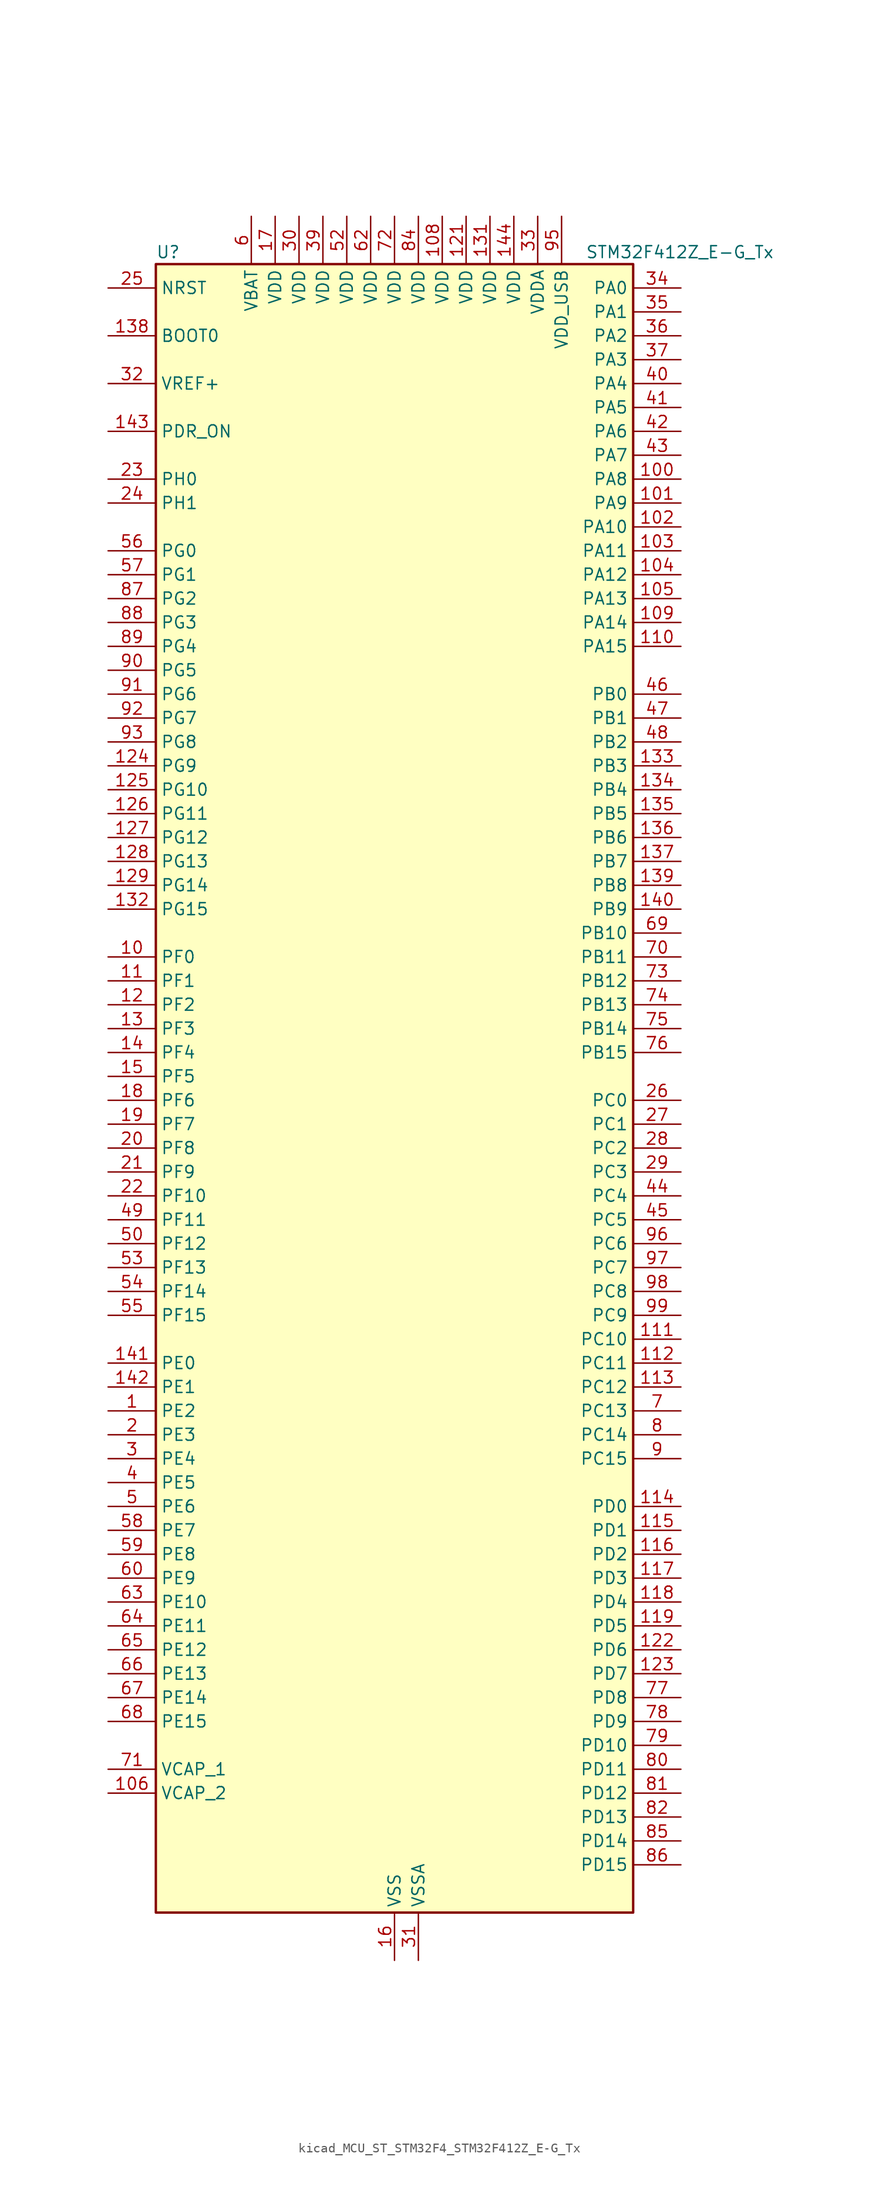
<source format=kicad_sym>
(kicad_symbol_lib
  (version 20220914)
  (generator kicad_symbol_editor)
  (symbol "kicad_MCU_ST_STM32F4_STM32F412Z_E-G_Tx"
    (property "Reference" "U"
      (at -25.4 90.17 0)
      (effects (font (size 1.27 1.27)) (justify left)))
    (property "Value" "STM32F412Z_E-G_Tx"
      (at 20.32 90.17 0)
      (effects (font (size 1.27 1.27)) (justify left)))
    (property "ki_locked" ""
      (at 0 0 0)
      (effects (font (size 1.27 1.27))))
    (symbol "kicad_MCU_ST_STM32F4_STM32F412Z_E-G_Tx_0_1"
      (rectangle (start -25.4 -86.36) (end 25.4 88.9) (stroke (width 0.254) (type default)) (fill (type background))))
    (symbol "kicad_MCU_ST_STM32F4_STM32F412Z_E-G_Tx_1_1"
      (pin bidirectional line (at -30.48 -33.02 0) (length 5.08) (name "PE2" (effects (font (size 1.27 1.27)))) (number "1" (effects (font (size 1.27 1.27)))) (alternate "FSMC_A23" bidirectional line) (alternate "I2S4_CK" bidirectional line) (alternate "I2S5_CK" bidirectional line) (alternate "QUADSPI_BK1_IO2" bidirectional line) (alternate "SPI4_SCK" bidirectional line) (alternate "SPI5_SCK" bidirectional line) (alternate "SYS_TRACECLK" bidirectional line))
      (pin bidirectional line (at -30.48 15.24 0) (length 5.08) (name "PF0" (effects (font (size 1.27 1.27)))) (number "10" (effects (font (size 1.27 1.27)))) (alternate "FSMC_A0" bidirectional line) (alternate "I2C2_SDA" bidirectional line))
      (pin bidirectional line (at 30.48 66.04 180) (length 5.08) (name "PA8" (effects (font (size 1.27 1.27)))) (number "100" (effects (font (size 1.27 1.27)))) (alternate "I2C3_SCL" bidirectional line) (alternate "RCC_MCO_1" bidirectional line) (alternate "SDIO_D1" bidirectional line) (alternate "TIM1_CH1" bidirectional line) (alternate "USART1_CK" bidirectional line) (alternate "USB_OTG_FS_SOF" bidirectional line))
      (pin bidirectional line (at 30.48 63.5 180) (length 5.08) (name "PA9" (effects (font (size 1.27 1.27)))) (number "101" (effects (font (size 1.27 1.27)))) (alternate "I2C3_SMBA" bidirectional line) (alternate "SDIO_D2" bidirectional line) (alternate "TIM1_CH2" bidirectional line) (alternate "USART1_TX" bidirectional line) (alternate "USB_OTG_FS_VBUS" bidirectional line))
      (pin bidirectional line (at 30.48 60.96 180) (length 5.08) (name "PA10" (effects (font (size 1.27 1.27)))) (number "102" (effects (font (size 1.27 1.27)))) (alternate "I2S5_SD" bidirectional line) (alternate "SPI5_MOSI" bidirectional line) (alternate "TIM1_CH3" bidirectional line) (alternate "USART1_RX" bidirectional line) (alternate "USB_OTG_FS_ID" bidirectional line))
      (pin bidirectional line (at 30.48 58.42 180) (length 5.08) (name "PA11" (effects (font (size 1.27 1.27)))) (number "103" (effects (font (size 1.27 1.27)))) (alternate "ADC1_EXTI11" bidirectional line) (alternate "CAN1_RX" bidirectional line) (alternate "SPI4_MISO" bidirectional line) (alternate "TIM1_CH4" bidirectional line) (alternate "USART1_CTS" bidirectional line) (alternate "USART6_TX" bidirectional line) (alternate "USB_OTG_FS_DM" bidirectional line))
      (pin bidirectional line (at 30.48 55.88 180) (length 5.08) (name "PA12" (effects (font (size 1.27 1.27)))) (number "104" (effects (font (size 1.27 1.27)))) (alternate "CAN1_TX" bidirectional line) (alternate "SPI5_MISO" bidirectional line) (alternate "TIM1_ETR" bidirectional line) (alternate "USART1_RTS" bidirectional line) (alternate "USART6_RX" bidirectional line) (alternate "USB_OTG_FS_DP" bidirectional line))
      (pin bidirectional line (at 30.48 53.34 180) (length 5.08) (name "PA13" (effects (font (size 1.27 1.27)))) (number "105" (effects (font (size 1.27 1.27)))) (alternate "SYS_JTMS-SWDIO" bidirectional line))
      (pin power_out line (at -30.48 -73.66 0) (length 5.08) (name "VCAP_2" (effects (font (size 1.27 1.27)))) (number "106" (effects (font (size 1.27 1.27)))))
      (pin passive line (at 0 -91.44 90) (length 5.08) hide (name "VSS" (effects (font (size 1.27 1.27)))) (number "107" (effects (font (size 1.27 1.27)))))
      (pin power_in line (at 5.08 93.98 270) (length 5.08) (name "VDD" (effects (font (size 1.27 1.27)))) (number "108" (effects (font (size 1.27 1.27)))))
      (pin bidirectional line (at 30.48 50.8 180) (length 5.08) (name "PA14" (effects (font (size 1.27 1.27)))) (number "109" (effects (font (size 1.27 1.27)))) (alternate "SYS_JTCK-SWCLK" bidirectional line))
      (pin bidirectional line (at -30.48 12.7 0) (length 5.08) (name "PF1" (effects (font (size 1.27 1.27)))) (number "11" (effects (font (size 1.27 1.27)))) (alternate "FSMC_A1" bidirectional line) (alternate "I2C2_SCL" bidirectional line))
      (pin bidirectional line (at 30.48 48.26 180) (length 5.08) (name "PA15" (effects (font (size 1.27 1.27)))) (number "110" (effects (font (size 1.27 1.27)))) (alternate "ADC1_EXTI15" bidirectional line) (alternate "I2S1_WS" bidirectional line) (alternate "I2S3_WS" bidirectional line) (alternate "SPI1_NSS" bidirectional line) (alternate "SPI3_NSS" bidirectional line) (alternate "SYS_JTDI" bidirectional line) (alternate "TIM2_CH1" bidirectional line) (alternate "TIM2_ETR" bidirectional line) (alternate "USART1_TX" bidirectional line))
      (pin bidirectional line (at 30.48 -25.4 180) (length 5.08) (name "PC10" (effects (font (size 1.27 1.27)))) (number "111" (effects (font (size 1.27 1.27)))) (alternate "I2S3_CK" bidirectional line) (alternate "QUADSPI_BK1_IO1" bidirectional line) (alternate "SDIO_D2" bidirectional line) (alternate "SPI3_SCK" bidirectional line) (alternate "USART3_TX" bidirectional line))
      (pin bidirectional line (at 30.48 -27.94 180) (length 5.08) (name "PC11" (effects (font (size 1.27 1.27)))) (number "112" (effects (font (size 1.27 1.27)))) (alternate "ADC1_EXTI11" bidirectional line) (alternate "FSMC_D2" bidirectional line) (alternate "FSMC_DA2" bidirectional line) (alternate "I2S3_ext_SD" bidirectional line) (alternate "QUADSPI_BK2_NCS" bidirectional line) (alternate "SDIO_D3" bidirectional line) (alternate "SPI3_MISO" bidirectional line) (alternate "USART3_RX" bidirectional line))
      (pin bidirectional line (at 30.48 -30.48 180) (length 5.08) (name "PC12" (effects (font (size 1.27 1.27)))) (number "113" (effects (font (size 1.27 1.27)))) (alternate "FSMC_D3" bidirectional line) (alternate "FSMC_DA3" bidirectional line) (alternate "I2S3_SD" bidirectional line) (alternate "SDIO_CK" bidirectional line) (alternate "SPI3_MOSI" bidirectional line) (alternate "USART3_CK" bidirectional line))
      (pin bidirectional line (at 30.48 -43.18 180) (length 5.08) (name "PD0" (effects (font (size 1.27 1.27)))) (number "114" (effects (font (size 1.27 1.27)))) (alternate "CAN1_RX" bidirectional line) (alternate "FSMC_D2" bidirectional line) (alternate "FSMC_DA2" bidirectional line))
      (pin bidirectional line (at 30.48 -45.72 180) (length 5.08) (name "PD1" (effects (font (size 1.27 1.27)))) (number "115" (effects (font (size 1.27 1.27)))) (alternate "CAN1_TX" bidirectional line) (alternate "FSMC_D3" bidirectional line) (alternate "FSMC_DA3" bidirectional line))
      (pin bidirectional line (at 30.48 -48.26 180) (length 5.08) (name "PD2" (effects (font (size 1.27 1.27)))) (number "116" (effects (font (size 1.27 1.27)))) (alternate "FSMC_NWE" bidirectional line) (alternate "SDIO_CMD" bidirectional line) (alternate "TIM3_ETR" bidirectional line))
      (pin bidirectional line (at 30.48 -50.8 180) (length 5.08) (name "PD3" (effects (font (size 1.27 1.27)))) (number "117" (effects (font (size 1.27 1.27)))) (alternate "DFSDM1_DATIN0" bidirectional line) (alternate "FSMC_CLK" bidirectional line) (alternate "I2S2_CK" bidirectional line) (alternate "QUADSPI_CLK" bidirectional line) (alternate "SPI2_SCK" bidirectional line) (alternate "SYS_TRACED1" bidirectional line) (alternate "USART2_CTS" bidirectional line))
      (pin bidirectional line (at 30.48 -53.34 180) (length 5.08) (name "PD4" (effects (font (size 1.27 1.27)))) (number "118" (effects (font (size 1.27 1.27)))) (alternate "DFSDM1_CKIN0" bidirectional line) (alternate "FSMC_NOE" bidirectional line) (alternate "USART2_RTS" bidirectional line))
      (pin bidirectional line (at 30.48 -55.88 180) (length 5.08) (name "PD5" (effects (font (size 1.27 1.27)))) (number "119" (effects (font (size 1.27 1.27)))) (alternate "FSMC_NWE" bidirectional line) (alternate "USART2_TX" bidirectional line))
      (pin bidirectional line (at -30.48 10.16 0) (length 5.08) (name "PF2" (effects (font (size 1.27 1.27)))) (number "12" (effects (font (size 1.27 1.27)))) (alternate "FSMC_A2" bidirectional line) (alternate "I2C2_SMBA" bidirectional line))
      (pin passive line (at 0 -91.44 90) (length 5.08) hide (name "VSS" (effects (font (size 1.27 1.27)))) (number "120" (effects (font (size 1.27 1.27)))))
      (pin power_in line (at 7.62 93.98 270) (length 5.08) (name "VDD" (effects (font (size 1.27 1.27)))) (number "121" (effects (font (size 1.27 1.27)))))
      (pin bidirectional line (at 30.48 -58.42 180) (length 5.08) (name "PD6" (effects (font (size 1.27 1.27)))) (number "122" (effects (font (size 1.27 1.27)))) (alternate "DFSDM1_DATIN1" bidirectional line) (alternate "FSMC_NWAIT" bidirectional line) (alternate "I2S3_SD" bidirectional line) (alternate "SPI3_MOSI" bidirectional line) (alternate "USART2_RX" bidirectional line))
      (pin bidirectional line (at 30.48 -60.96 180) (length 5.08) (name "PD7" (effects (font (size 1.27 1.27)))) (number "123" (effects (font (size 1.27 1.27)))) (alternate "DFSDM1_CKIN1" bidirectional line) (alternate "FSMC_NE1" bidirectional line) (alternate "USART2_CK" bidirectional line))
      (pin bidirectional line (at -30.48 35.56 0) (length 5.08) (name "PG9" (effects (font (size 1.27 1.27)))) (number "124" (effects (font (size 1.27 1.27)))) (alternate "FSMC_NE2" bidirectional line) (alternate "QUADSPI_BK2_IO2" bidirectional line) (alternate "USART6_RX" bidirectional line))
      (pin bidirectional line (at -30.48 33.02 0) (length 5.08) (name "PG10" (effects (font (size 1.27 1.27)))) (number "125" (effects (font (size 1.27 1.27)))) (alternate "FSMC_NE3" bidirectional line))
      (pin bidirectional line (at -30.48 30.48 0) (length 5.08) (name "PG11" (effects (font (size 1.27 1.27)))) (number "126" (effects (font (size 1.27 1.27)))) (alternate "ADC1_EXTI11" bidirectional line) (alternate "CAN2_RX" bidirectional line))
      (pin bidirectional line (at -30.48 27.94 0) (length 5.08) (name "PG12" (effects (font (size 1.27 1.27)))) (number "127" (effects (font (size 1.27 1.27)))) (alternate "CAN2_TX" bidirectional line) (alternate "FSMC_NE4" bidirectional line) (alternate "USART6_RTS" bidirectional line))
      (pin bidirectional line (at -30.48 25.4 0) (length 5.08) (name "PG13" (effects (font (size 1.27 1.27)))) (number "128" (effects (font (size 1.27 1.27)))) (alternate "FSMC_A24" bidirectional line) (alternate "SYS_TRACED2" bidirectional line) (alternate "USART6_CTS" bidirectional line))
      (pin bidirectional line (at -30.48 22.86 0) (length 5.08) (name "PG14" (effects (font (size 1.27 1.27)))) (number "129" (effects (font (size 1.27 1.27)))) (alternate "FSMC_A25" bidirectional line) (alternate "QUADSPI_BK2_IO3" bidirectional line) (alternate "SYS_TRACED3" bidirectional line) (alternate "USART6_TX" bidirectional line))
      (pin bidirectional line (at -30.48 7.62 0) (length 5.08) (name "PF3" (effects (font (size 1.27 1.27)))) (number "13" (effects (font (size 1.27 1.27)))) (alternate "FSMC_A3" bidirectional line) (alternate "TIM5_CH1" bidirectional line))
      (pin passive line (at 0 -91.44 90) (length 5.08) hide (name "VSS" (effects (font (size 1.27 1.27)))) (number "130" (effects (font (size 1.27 1.27)))))
      (pin power_in line (at 10.16 93.98 270) (length 5.08) (name "VDD" (effects (font (size 1.27 1.27)))) (number "131" (effects (font (size 1.27 1.27)))))
      (pin bidirectional line (at -30.48 20.32 0) (length 5.08) (name "PG15" (effects (font (size 1.27 1.27)))) (number "132" (effects (font (size 1.27 1.27)))) (alternate "ADC1_EXTI15" bidirectional line) (alternate "USART6_CTS" bidirectional line))
      (pin bidirectional line (at 30.48 35.56 180) (length 5.08) (name "PB3" (effects (font (size 1.27 1.27)))) (number "133" (effects (font (size 1.27 1.27)))) (alternate "FMPI2C1_SDA" bidirectional line) (alternate "I2C2_SDA" bidirectional line) (alternate "I2S1_CK" bidirectional line) (alternate "I2S3_CK" bidirectional line) (alternate "SPI1_SCK" bidirectional line) (alternate "SPI3_SCK" bidirectional line) (alternate "SYS_JTDO-SWO" bidirectional line) (alternate "TIM2_CH2" bidirectional line) (alternate "USART1_RX" bidirectional line))
      (pin bidirectional line (at 30.48 33.02 180) (length 5.08) (name "PB4" (effects (font (size 1.27 1.27)))) (number "134" (effects (font (size 1.27 1.27)))) (alternate "I2C3_SDA" bidirectional line) (alternate "I2S3_ext_SD" bidirectional line) (alternate "SDIO_D0" bidirectional line) (alternate "SPI1_MISO" bidirectional line) (alternate "SPI3_MISO" bidirectional line) (alternate "SYS_JTRST" bidirectional line) (alternate "TIM3_CH1" bidirectional line))
      (pin bidirectional line (at 30.48 30.48 180) (length 5.08) (name "PB5" (effects (font (size 1.27 1.27)))) (number "135" (effects (font (size 1.27 1.27)))) (alternate "CAN2_RX" bidirectional line) (alternate "I2C1_SMBA" bidirectional line) (alternate "I2S1_SD" bidirectional line) (alternate "I2S3_SD" bidirectional line) (alternate "SDIO_D3" bidirectional line) (alternate "SPI1_MOSI" bidirectional line) (alternate "SPI3_MOSI" bidirectional line) (alternate "TIM3_CH2" bidirectional line))
      (pin bidirectional line (at 30.48 27.94 180) (length 5.08) (name "PB6" (effects (font (size 1.27 1.27)))) (number "136" (effects (font (size 1.27 1.27)))) (alternate "CAN2_TX" bidirectional line) (alternate "I2C1_SCL" bidirectional line) (alternate "QUADSPI_BK1_NCS" bidirectional line) (alternate "SDIO_D0" bidirectional line) (alternate "TIM4_CH1" bidirectional line) (alternate "USART1_TX" bidirectional line))
      (pin bidirectional line (at 30.48 25.4 180) (length 5.08) (name "PB7" (effects (font (size 1.27 1.27)))) (number "137" (effects (font (size 1.27 1.27)))) (alternate "FSMC_NL" bidirectional line) (alternate "I2C1_SDA" bidirectional line) (alternate "TIM4_CH2" bidirectional line) (alternate "USART1_RX" bidirectional line))
      (pin input line (at -30.48 81.28 0) (length 5.08) (name "BOOT0" (effects (font (size 1.27 1.27)))) (number "138" (effects (font (size 1.27 1.27)))))
      (pin bidirectional line (at 30.48 22.86 180) (length 5.08) (name "PB8" (effects (font (size 1.27 1.27)))) (number "139" (effects (font (size 1.27 1.27)))) (alternate "CAN1_RX" bidirectional line) (alternate "I2C1_SCL" bidirectional line) (alternate "I2C3_SDA" bidirectional line) (alternate "I2S5_SD" bidirectional line) (alternate "SDIO_D4" bidirectional line) (alternate "SPI5_MOSI" bidirectional line) (alternate "TIM10_CH1" bidirectional line) (alternate "TIM4_CH3" bidirectional line))
      (pin bidirectional line (at -30.48 5.08 0) (length 5.08) (name "PF4" (effects (font (size 1.27 1.27)))) (number "14" (effects (font (size 1.27 1.27)))) (alternate "FSMC_A4" bidirectional line) (alternate "TIM5_CH2" bidirectional line))
      (pin bidirectional line (at 30.48 20.32 180) (length 5.08) (name "PB9" (effects (font (size 1.27 1.27)))) (number "140" (effects (font (size 1.27 1.27)))) (alternate "CAN1_TX" bidirectional line) (alternate "I2C1_SDA" bidirectional line) (alternate "I2C2_SDA" bidirectional line) (alternate "I2S2_WS" bidirectional line) (alternate "SDIO_D5" bidirectional line) (alternate "SPI2_NSS" bidirectional line) (alternate "TIM11_CH1" bidirectional line) (alternate "TIM4_CH4" bidirectional line))
      (pin bidirectional line (at -30.48 -27.94 0) (length 5.08) (name "PE0" (effects (font (size 1.27 1.27)))) (number "141" (effects (font (size 1.27 1.27)))) (alternate "FSMC_NBL0" bidirectional line) (alternate "TIM4_ETR" bidirectional line))
      (pin bidirectional line (at -30.48 -30.48 0) (length 5.08) (name "PE1" (effects (font (size 1.27 1.27)))) (number "142" (effects (font (size 1.27 1.27)))) (alternate "FSMC_NBL1" bidirectional line))
      (pin input line (at -30.48 71.12 0) (length 5.08) (name "PDR_ON" (effects (font (size 1.27 1.27)))) (number "143" (effects (font (size 1.27 1.27)))))
      (pin power_in line (at 12.7 93.98 270) (length 5.08) (name "VDD" (effects (font (size 1.27 1.27)))) (number "144" (effects (font (size 1.27 1.27)))))
      (pin bidirectional line (at -30.48 2.54 0) (length 5.08) (name "PF5" (effects (font (size 1.27 1.27)))) (number "15" (effects (font (size 1.27 1.27)))) (alternate "FSMC_A5" bidirectional line) (alternate "TIM5_CH3" bidirectional line))
      (pin power_in line (at 0 -91.44 90) (length 5.08) (name "VSS" (effects (font (size 1.27 1.27)))) (number "16" (effects (font (size 1.27 1.27)))))
      (pin power_in line (at -12.7 93.98 270) (length 5.08) (name "VDD" (effects (font (size 1.27 1.27)))) (number "17" (effects (font (size 1.27 1.27)))))
      (pin bidirectional line (at -30.48 0 0) (length 5.08) (name "PF6" (effects (font (size 1.27 1.27)))) (number "18" (effects (font (size 1.27 1.27)))) (alternate "QUADSPI_BK1_IO3" bidirectional line) (alternate "SYS_TRACED0" bidirectional line) (alternate "TIM10_CH1" bidirectional line))
      (pin bidirectional line (at -30.48 -2.54 0) (length 5.08) (name "PF7" (effects (font (size 1.27 1.27)))) (number "19" (effects (font (size 1.27 1.27)))) (alternate "QUADSPI_BK1_IO2" bidirectional line) (alternate "SYS_TRACED1" bidirectional line) (alternate "TIM11_CH1" bidirectional line))
      (pin bidirectional line (at -30.48 -35.56 0) (length 5.08) (name "PE3" (effects (font (size 1.27 1.27)))) (number "2" (effects (font (size 1.27 1.27)))) (alternate "FSMC_A19" bidirectional line) (alternate "SYS_TRACED0" bidirectional line))
      (pin bidirectional line (at -30.48 -5.08 0) (length 5.08) (name "PF8" (effects (font (size 1.27 1.27)))) (number "20" (effects (font (size 1.27 1.27)))) (alternate "QUADSPI_BK1_IO0" bidirectional line) (alternate "TIM13_CH1" bidirectional line))
      (pin bidirectional line (at -30.48 -7.62 0) (length 5.08) (name "PF9" (effects (font (size 1.27 1.27)))) (number "21" (effects (font (size 1.27 1.27)))) (alternate "QUADSPI_BK1_IO1" bidirectional line) (alternate "TIM14_CH1" bidirectional line))
      (pin bidirectional line (at -30.48 -10.16 0) (length 5.08) (name "PF10" (effects (font (size 1.27 1.27)))) (number "22" (effects (font (size 1.27 1.27)))) (alternate "TIM1_ETR" bidirectional line) (alternate "TIM5_CH4" bidirectional line))
      (pin bidirectional line (at -30.48 66.04 0) (length 5.08) (name "PH0" (effects (font (size 1.27 1.27)))) (number "23" (effects (font (size 1.27 1.27)))) (alternate "RCC_OSC_IN" bidirectional line))
      (pin bidirectional line (at -30.48 63.5 0) (length 5.08) (name "PH1" (effects (font (size 1.27 1.27)))) (number "24" (effects (font (size 1.27 1.27)))) (alternate "RCC_OSC_OUT" bidirectional line))
      (pin input line (at -30.48 86.36 0) (length 5.08) (name "NRST" (effects (font (size 1.27 1.27)))) (number "25" (effects (font (size 1.27 1.27)))))
      (pin bidirectional line (at 30.48 0 180) (length 5.08) (name "PC0" (effects (font (size 1.27 1.27)))) (number "26" (effects (font (size 1.27 1.27)))) (alternate "ADC1_IN10" bidirectional line) (alternate "SYS_WKUP2" bidirectional line))
      (pin bidirectional line (at 30.48 -2.54 180) (length 5.08) (name "PC1" (effects (font (size 1.27 1.27)))) (number "27" (effects (font (size 1.27 1.27)))) (alternate "ADC1_IN11" bidirectional line) (alternate "SYS_WKUP3" bidirectional line))
      (pin bidirectional line (at 30.48 -5.08 180) (length 5.08) (name "PC2" (effects (font (size 1.27 1.27)))) (number "28" (effects (font (size 1.27 1.27)))) (alternate "ADC1_IN12" bidirectional line) (alternate "DFSDM1_CKOUT" bidirectional line) (alternate "FSMC_NWE" bidirectional line) (alternate "I2S2_ext_SD" bidirectional line) (alternate "SPI2_MISO" bidirectional line))
      (pin bidirectional line (at 30.48 -7.62 180) (length 5.08) (name "PC3" (effects (font (size 1.27 1.27)))) (number "29" (effects (font (size 1.27 1.27)))) (alternate "ADC1_IN13" bidirectional line) (alternate "FSMC_A0" bidirectional line) (alternate "I2S2_SD" bidirectional line) (alternate "SPI2_MOSI" bidirectional line))
      (pin bidirectional line (at -30.48 -38.1 0) (length 5.08) (name "PE4" (effects (font (size 1.27 1.27)))) (number "3" (effects (font (size 1.27 1.27)))) (alternate "DFSDM1_DATIN3" bidirectional line) (alternate "FSMC_A20" bidirectional line) (alternate "I2S4_WS" bidirectional line) (alternate "I2S5_WS" bidirectional line) (alternate "SPI4_NSS" bidirectional line) (alternate "SPI5_NSS" bidirectional line) (alternate "SYS_TRACED1" bidirectional line))
      (pin power_in line (at -10.16 93.98 270) (length 5.08) (name "VDD" (effects (font (size 1.27 1.27)))) (number "30" (effects (font (size 1.27 1.27)))))
      (pin power_in line (at 2.54 -91.44 90) (length 5.08) (name "VSSA" (effects (font (size 1.27 1.27)))) (number "31" (effects (font (size 1.27 1.27)))))
      (pin input line (at -30.48 76.2 0) (length 5.08) (name "VREF+" (effects (font (size 1.27 1.27)))) (number "32" (effects (font (size 1.27 1.27)))))
      (pin power_in line (at 15.24 93.98 270) (length 5.08) (name "VDDA" (effects (font (size 1.27 1.27)))) (number "33" (effects (font (size 1.27 1.27)))))
      (pin bidirectional line (at 30.48 86.36 180) (length 5.08) (name "PA0" (effects (font (size 1.27 1.27)))) (number "34" (effects (font (size 1.27 1.27)))) (alternate "ADC1_IN0" bidirectional line) (alternate "SYS_WKUP1" bidirectional line) (alternate "TIM2_CH1" bidirectional line) (alternate "TIM2_ETR" bidirectional line) (alternate "TIM5_CH1" bidirectional line) (alternate "TIM8_ETR" bidirectional line) (alternate "USART2_CTS" bidirectional line))
      (pin bidirectional line (at 30.48 83.82 180) (length 5.08) (name "PA1" (effects (font (size 1.27 1.27)))) (number "35" (effects (font (size 1.27 1.27)))) (alternate "ADC1_IN1" bidirectional line) (alternate "I2S4_SD" bidirectional line) (alternate "QUADSPI_BK1_IO3" bidirectional line) (alternate "SPI4_MOSI" bidirectional line) (alternate "TIM2_CH2" bidirectional line) (alternate "TIM5_CH2" bidirectional line) (alternate "USART2_RTS" bidirectional line))
      (pin bidirectional line (at 30.48 81.28 180) (length 5.08) (name "PA2" (effects (font (size 1.27 1.27)))) (number "36" (effects (font (size 1.27 1.27)))) (alternate "ADC1_IN2" bidirectional line) (alternate "FSMC_D4" bidirectional line) (alternate "FSMC_DA4" bidirectional line) (alternate "I2S_CKIN" bidirectional line) (alternate "TIM2_CH3" bidirectional line) (alternate "TIM5_CH3" bidirectional line) (alternate "TIM9_CH1" bidirectional line) (alternate "USART2_TX" bidirectional line))
      (pin bidirectional line (at 30.48 78.74 180) (length 5.08) (name "PA3" (effects (font (size 1.27 1.27)))) (number "37" (effects (font (size 1.27 1.27)))) (alternate "ADC1_IN3" bidirectional line) (alternate "FSMC_D5" bidirectional line) (alternate "FSMC_DA5" bidirectional line) (alternate "I2S2_MCK" bidirectional line) (alternate "TIM2_CH4" bidirectional line) (alternate "TIM5_CH4" bidirectional line) (alternate "TIM9_CH2" bidirectional line) (alternate "USART2_RX" bidirectional line))
      (pin passive line (at 0 -91.44 90) (length 5.08) hide (name "VSS" (effects (font (size 1.27 1.27)))) (number "38" (effects (font (size 1.27 1.27)))))
      (pin power_in line (at -7.62 93.98 270) (length 5.08) (name "VDD" (effects (font (size 1.27 1.27)))) (number "39" (effects (font (size 1.27 1.27)))))
      (pin bidirectional line (at -30.48 -40.64 0) (length 5.08) (name "PE5" (effects (font (size 1.27 1.27)))) (number "4" (effects (font (size 1.27 1.27)))) (alternate "DFSDM1_CKIN3" bidirectional line) (alternate "FSMC_A21" bidirectional line) (alternate "SPI4_MISO" bidirectional line) (alternate "SPI5_MISO" bidirectional line) (alternate "SYS_TRACED2" bidirectional line) (alternate "TIM9_CH1" bidirectional line))
      (pin bidirectional line (at 30.48 76.2 180) (length 5.08) (name "PA4" (effects (font (size 1.27 1.27)))) (number "40" (effects (font (size 1.27 1.27)))) (alternate "ADC1_IN4" bidirectional line) (alternate "DFSDM1_DATIN1" bidirectional line) (alternate "FSMC_D6" bidirectional line) (alternate "FSMC_DA6" bidirectional line) (alternate "I2S1_WS" bidirectional line) (alternate "I2S3_WS" bidirectional line) (alternate "SPI1_NSS" bidirectional line) (alternate "SPI3_NSS" bidirectional line) (alternate "USART2_CK" bidirectional line))
      (pin bidirectional line (at 30.48 73.66 180) (length 5.08) (name "PA5" (effects (font (size 1.27 1.27)))) (number "41" (effects (font (size 1.27 1.27)))) (alternate "ADC1_IN5" bidirectional line) (alternate "DFSDM1_CKIN1" bidirectional line) (alternate "FSMC_D7" bidirectional line) (alternate "FSMC_DA7" bidirectional line) (alternate "I2S1_CK" bidirectional line) (alternate "SPI1_SCK" bidirectional line) (alternate "TIM2_CH1" bidirectional line) (alternate "TIM2_ETR" bidirectional line) (alternate "TIM8_CH1N" bidirectional line))
      (pin bidirectional line (at 30.48 71.12 180) (length 5.08) (name "PA6" (effects (font (size 1.27 1.27)))) (number "42" (effects (font (size 1.27 1.27)))) (alternate "ADC1_IN6" bidirectional line) (alternate "I2S2_MCK" bidirectional line) (alternate "QUADSPI_BK2_IO0" bidirectional line) (alternate "SDIO_CMD" bidirectional line) (alternate "SPI1_MISO" bidirectional line) (alternate "TIM13_CH1" bidirectional line) (alternate "TIM1_BKIN" bidirectional line) (alternate "TIM3_CH1" bidirectional line) (alternate "TIM8_BKIN" bidirectional line))
      (pin bidirectional line (at 30.48 68.58 180) (length 5.08) (name "PA7" (effects (font (size 1.27 1.27)))) (number "43" (effects (font (size 1.27 1.27)))) (alternate "ADC1_IN7" bidirectional line) (alternate "I2S1_SD" bidirectional line) (alternate "QUADSPI_BK2_IO1" bidirectional line) (alternate "SPI1_MOSI" bidirectional line) (alternate "TIM14_CH1" bidirectional line) (alternate "TIM1_CH1N" bidirectional line) (alternate "TIM3_CH2" bidirectional line) (alternate "TIM8_CH1N" bidirectional line))
      (pin bidirectional line (at 30.48 -10.16 180) (length 5.08) (name "PC4" (effects (font (size 1.27 1.27)))) (number "44" (effects (font (size 1.27 1.27)))) (alternate "ADC1_IN14" bidirectional line) (alternate "FSMC_NE4" bidirectional line) (alternate "I2S1_MCK" bidirectional line) (alternate "QUADSPI_BK2_IO2" bidirectional line))
      (pin bidirectional line (at 30.48 -12.7 180) (length 5.08) (name "PC5" (effects (font (size 1.27 1.27)))) (number "45" (effects (font (size 1.27 1.27)))) (alternate "ADC1_IN15" bidirectional line) (alternate "FMPI2C1_SMBA" bidirectional line) (alternate "FSMC_NOE" bidirectional line) (alternate "QUADSPI_BK2_IO3" bidirectional line) (alternate "USART3_RX" bidirectional line))
      (pin bidirectional line (at 30.48 43.18 180) (length 5.08) (name "PB0" (effects (font (size 1.27 1.27)))) (number "46" (effects (font (size 1.27 1.27)))) (alternate "ADC1_IN8" bidirectional line) (alternate "I2S5_CK" bidirectional line) (alternate "SPI5_SCK" bidirectional line) (alternate "TIM1_CH2N" bidirectional line) (alternate "TIM3_CH3" bidirectional line) (alternate "TIM8_CH2N" bidirectional line))
      (pin bidirectional line (at 30.48 40.64 180) (length 5.08) (name "PB1" (effects (font (size 1.27 1.27)))) (number "47" (effects (font (size 1.27 1.27)))) (alternate "ADC1_IN9" bidirectional line) (alternate "DFSDM1_DATIN0" bidirectional line) (alternate "I2S5_WS" bidirectional line) (alternate "QUADSPI_CLK" bidirectional line) (alternate "SPI5_NSS" bidirectional line) (alternate "TIM1_CH3N" bidirectional line) (alternate "TIM3_CH4" bidirectional line) (alternate "TIM8_CH3N" bidirectional line))
      (pin bidirectional line (at 30.48 38.1 180) (length 5.08) (name "PB2" (effects (font (size 1.27 1.27)))) (number "48" (effects (font (size 1.27 1.27)))) (alternate "DFSDM1_CKIN0" bidirectional line) (alternate "QUADSPI_CLK" bidirectional line))
      (pin bidirectional line (at -30.48 -12.7 0) (length 5.08) (name "PF11" (effects (font (size 1.27 1.27)))) (number "49" (effects (font (size 1.27 1.27)))) (alternate "ADC1_EXTI11" bidirectional line) (alternate "TIM8_ETR" bidirectional line))
      (pin bidirectional line (at -30.48 -43.18 0) (length 5.08) (name "PE6" (effects (font (size 1.27 1.27)))) (number "5" (effects (font (size 1.27 1.27)))) (alternate "FSMC_A22" bidirectional line) (alternate "I2S4_SD" bidirectional line) (alternate "I2S5_SD" bidirectional line) (alternate "SPI4_MOSI" bidirectional line) (alternate "SPI5_MOSI" bidirectional line) (alternate "SYS_TRACED3" bidirectional line) (alternate "TIM9_CH2" bidirectional line))
      (pin bidirectional line (at -30.48 -15.24 0) (length 5.08) (name "PF12" (effects (font (size 1.27 1.27)))) (number "50" (effects (font (size 1.27 1.27)))) (alternate "FSMC_A6" bidirectional line) (alternate "TIM8_BKIN" bidirectional line))
      (pin passive line (at 0 -91.44 90) (length 5.08) hide (name "VSS" (effects (font (size 1.27 1.27)))) (number "51" (effects (font (size 1.27 1.27)))))
      (pin power_in line (at -5.08 93.98 270) (length 5.08) (name "VDD" (effects (font (size 1.27 1.27)))) (number "52" (effects (font (size 1.27 1.27)))))
      (pin bidirectional line (at -30.48 -17.78 0) (length 5.08) (name "PF13" (effects (font (size 1.27 1.27)))) (number "53" (effects (font (size 1.27 1.27)))) (alternate "FMPI2C1_SMBA" bidirectional line) (alternate "FSMC_A7" bidirectional line))
      (pin bidirectional line (at -30.48 -20.32 0) (length 5.08) (name "PF14" (effects (font (size 1.27 1.27)))) (number "54" (effects (font (size 1.27 1.27)))) (alternate "FMPI2C1_SCL" bidirectional line) (alternate "FSMC_A8" bidirectional line))
      (pin bidirectional line (at -30.48 -22.86 0) (length 5.08) (name "PF15" (effects (font (size 1.27 1.27)))) (number "55" (effects (font (size 1.27 1.27)))) (alternate "ADC1_EXTI15" bidirectional line) (alternate "FMPI2C1_SDA" bidirectional line) (alternate "FSMC_A9" bidirectional line))
      (pin bidirectional line (at -30.48 58.42 0) (length 5.08) (name "PG0" (effects (font (size 1.27 1.27)))) (number "56" (effects (font (size 1.27 1.27)))) (alternate "CAN1_RX" bidirectional line) (alternate "FSMC_A10" bidirectional line))
      (pin bidirectional line (at -30.48 55.88 0) (length 5.08) (name "PG1" (effects (font (size 1.27 1.27)))) (number "57" (effects (font (size 1.27 1.27)))) (alternate "CAN1_TX" bidirectional line) (alternate "FSMC_A11" bidirectional line))
      (pin bidirectional line (at -30.48 -45.72 0) (length 5.08) (name "PE7" (effects (font (size 1.27 1.27)))) (number "58" (effects (font (size 1.27 1.27)))) (alternate "DFSDM1_DATIN2" bidirectional line) (alternate "FSMC_D4" bidirectional line) (alternate "FSMC_DA4" bidirectional line) (alternate "QUADSPI_BK2_IO0" bidirectional line) (alternate "TIM1_ETR" bidirectional line))
      (pin bidirectional line (at -30.48 -48.26 0) (length 5.08) (name "PE8" (effects (font (size 1.27 1.27)))) (number "59" (effects (font (size 1.27 1.27)))) (alternate "DFSDM1_CKIN2" bidirectional line) (alternate "FSMC_D5" bidirectional line) (alternate "FSMC_DA5" bidirectional line) (alternate "QUADSPI_BK2_IO1" bidirectional line) (alternate "TIM1_CH1N" bidirectional line))
      (pin power_in line (at -15.24 93.98 270) (length 5.08) (name "VBAT" (effects (font (size 1.27 1.27)))) (number "6" (effects (font (size 1.27 1.27)))))
      (pin bidirectional line (at -30.48 -50.8 0) (length 5.08) (name "PE9" (effects (font (size 1.27 1.27)))) (number "60" (effects (font (size 1.27 1.27)))) (alternate "DFSDM1_CKOUT" bidirectional line) (alternate "FSMC_D6" bidirectional line) (alternate "FSMC_DA6" bidirectional line) (alternate "QUADSPI_BK2_IO2" bidirectional line) (alternate "TIM1_CH1" bidirectional line))
      (pin passive line (at 0 -91.44 90) (length 5.08) hide (name "VSS" (effects (font (size 1.27 1.27)))) (number "61" (effects (font (size 1.27 1.27)))))
      (pin power_in line (at -2.54 93.98 270) (length 5.08) (name "VDD" (effects (font (size 1.27 1.27)))) (number "62" (effects (font (size 1.27 1.27)))))
      (pin bidirectional line (at -30.48 -53.34 0) (length 5.08) (name "PE10" (effects (font (size 1.27 1.27)))) (number "63" (effects (font (size 1.27 1.27)))) (alternate "FSMC_D7" bidirectional line) (alternate "FSMC_DA7" bidirectional line) (alternate "QUADSPI_BK2_IO3" bidirectional line) (alternate "TIM1_CH2N" bidirectional line))
      (pin bidirectional line (at -30.48 -55.88 0) (length 5.08) (name "PE11" (effects (font (size 1.27 1.27)))) (number "64" (effects (font (size 1.27 1.27)))) (alternate "ADC1_EXTI11" bidirectional line) (alternate "FSMC_D8" bidirectional line) (alternate "FSMC_DA8" bidirectional line) (alternate "I2S4_WS" bidirectional line) (alternate "I2S5_WS" bidirectional line) (alternate "SPI4_NSS" bidirectional line) (alternate "SPI5_NSS" bidirectional line) (alternate "TIM1_CH2" bidirectional line))
      (pin bidirectional line (at -30.48 -58.42 0) (length 5.08) (name "PE12" (effects (font (size 1.27 1.27)))) (number "65" (effects (font (size 1.27 1.27)))) (alternate "FSMC_D9" bidirectional line) (alternate "FSMC_DA9" bidirectional line) (alternate "I2S4_CK" bidirectional line) (alternate "I2S5_CK" bidirectional line) (alternate "SPI4_SCK" bidirectional line) (alternate "SPI5_SCK" bidirectional line) (alternate "TIM1_CH3N" bidirectional line))
      (pin bidirectional line (at -30.48 -60.96 0) (length 5.08) (name "PE13" (effects (font (size 1.27 1.27)))) (number "66" (effects (font (size 1.27 1.27)))) (alternate "FSMC_D10" bidirectional line) (alternate "FSMC_DA10" bidirectional line) (alternate "SPI4_MISO" bidirectional line) (alternate "SPI5_MISO" bidirectional line) (alternate "TIM1_CH3" bidirectional line))
      (pin bidirectional line (at -30.48 -63.5 0) (length 5.08) (name "PE14" (effects (font (size 1.27 1.27)))) (number "67" (effects (font (size 1.27 1.27)))) (alternate "FSMC_D11" bidirectional line) (alternate "FSMC_DA11" bidirectional line) (alternate "I2S4_SD" bidirectional line) (alternate "I2S5_SD" bidirectional line) (alternate "SPI4_MOSI" bidirectional line) (alternate "SPI5_MOSI" bidirectional line) (alternate "TIM1_CH4" bidirectional line))
      (pin bidirectional line (at -30.48 -66.04 0) (length 5.08) (name "PE15" (effects (font (size 1.27 1.27)))) (number "68" (effects (font (size 1.27 1.27)))) (alternate "ADC1_EXTI15" bidirectional line) (alternate "FSMC_D12" bidirectional line) (alternate "FSMC_DA12" bidirectional line) (alternate "TIM1_BKIN" bidirectional line))
      (pin bidirectional line (at 30.48 17.78 180) (length 5.08) (name "PB10" (effects (font (size 1.27 1.27)))) (number "69" (effects (font (size 1.27 1.27)))) (alternate "FMPI2C1_SCL" bidirectional line) (alternate "I2C2_SCL" bidirectional line) (alternate "I2S2_CK" bidirectional line) (alternate "I2S3_MCK" bidirectional line) (alternate "SDIO_D7" bidirectional line) (alternate "SPI2_SCK" bidirectional line) (alternate "TIM2_CH3" bidirectional line) (alternate "USART3_TX" bidirectional line))
      (pin bidirectional line (at 30.48 -33.02 180) (length 5.08) (name "PC13" (effects (font (size 1.27 1.27)))) (number "7" (effects (font (size 1.27 1.27)))) (alternate "RTC_AF1" bidirectional line))
      (pin bidirectional line (at 30.48 15.24 180) (length 5.08) (name "PB11" (effects (font (size 1.27 1.27)))) (number "70" (effects (font (size 1.27 1.27)))) (alternate "ADC1_EXTI11" bidirectional line) (alternate "I2C2_SDA" bidirectional line) (alternate "I2S_CKIN" bidirectional line) (alternate "TIM2_CH4" bidirectional line) (alternate "USART3_RX" bidirectional line))
      (pin power_out line (at -30.48 -71.12 0) (length 5.08) (name "VCAP_1" (effects (font (size 1.27 1.27)))) (number "71" (effects (font (size 1.27 1.27)))))
      (pin power_in line (at 0 93.98 270) (length 5.08) (name "VDD" (effects (font (size 1.27 1.27)))) (number "72" (effects (font (size 1.27 1.27)))))
      (pin bidirectional line (at 30.48 12.7 180) (length 5.08) (name "PB12" (effects (font (size 1.27 1.27)))) (number "73" (effects (font (size 1.27 1.27)))) (alternate "CAN2_RX" bidirectional line) (alternate "DFSDM1_DATIN1" bidirectional line) (alternate "FSMC_D13" bidirectional line) (alternate "FSMC_DA13" bidirectional line) (alternate "I2C2_SMBA" bidirectional line) (alternate "I2S2_WS" bidirectional line) (alternate "I2S3_CK" bidirectional line) (alternate "I2S4_WS" bidirectional line) (alternate "SPI2_NSS" bidirectional line) (alternate "SPI3_SCK" bidirectional line) (alternate "SPI4_NSS" bidirectional line) (alternate "TIM1_BKIN" bidirectional line) (alternate "USART3_CK" bidirectional line))
      (pin bidirectional line (at 30.48 10.16 180) (length 5.08) (name "PB13" (effects (font (size 1.27 1.27)))) (number "74" (effects (font (size 1.27 1.27)))) (alternate "CAN2_TX" bidirectional line) (alternate "DFSDM1_CKIN1" bidirectional line) (alternate "FMPI2C1_SMBA" bidirectional line) (alternate "I2S2_CK" bidirectional line) (alternate "I2S4_CK" bidirectional line) (alternate "SPI2_SCK" bidirectional line) (alternate "SPI4_SCK" bidirectional line) (alternate "TIM1_CH1N" bidirectional line) (alternate "USART3_CTS" bidirectional line))
      (pin bidirectional line (at 30.48 7.62 180) (length 5.08) (name "PB14" (effects (font (size 1.27 1.27)))) (number "75" (effects (font (size 1.27 1.27)))) (alternate "DFSDM1_DATIN2" bidirectional line) (alternate "FMPI2C1_SDA" bidirectional line) (alternate "FSMC_D0" bidirectional line) (alternate "FSMC_DA0" bidirectional line) (alternate "I2S2_ext_SD" bidirectional line) (alternate "SDIO_D6" bidirectional line) (alternate "SPI2_MISO" bidirectional line) (alternate "TIM12_CH1" bidirectional line) (alternate "TIM1_CH2N" bidirectional line) (alternate "TIM8_CH2N" bidirectional line) (alternate "USART3_RTS" bidirectional line))
      (pin bidirectional line (at 30.48 5.08 180) (length 5.08) (name "PB15" (effects (font (size 1.27 1.27)))) (number "76" (effects (font (size 1.27 1.27)))) (alternate "ADC1_EXTI15" bidirectional line) (alternate "DFSDM1_CKIN2" bidirectional line) (alternate "FMPI2C1_SCL" bidirectional line) (alternate "I2S2_SD" bidirectional line) (alternate "RTC_REFIN" bidirectional line) (alternate "SDIO_CK" bidirectional line) (alternate "SPI2_MOSI" bidirectional line) (alternate "TIM12_CH2" bidirectional line) (alternate "TIM1_CH3N" bidirectional line) (alternate "TIM8_CH3N" bidirectional line))
      (pin bidirectional line (at 30.48 -63.5 180) (length 5.08) (name "PD8" (effects (font (size 1.27 1.27)))) (number "77" (effects (font (size 1.27 1.27)))) (alternate "FSMC_D13" bidirectional line) (alternate "FSMC_DA13" bidirectional line) (alternate "USART3_TX" bidirectional line))
      (pin bidirectional line (at 30.48 -66.04 180) (length 5.08) (name "PD9" (effects (font (size 1.27 1.27)))) (number "78" (effects (font (size 1.27 1.27)))) (alternate "FSMC_D14" bidirectional line) (alternate "FSMC_DA14" bidirectional line) (alternate "USART3_RX" bidirectional line))
      (pin bidirectional line (at 30.48 -68.58 180) (length 5.08) (name "PD10" (effects (font (size 1.27 1.27)))) (number "79" (effects (font (size 1.27 1.27)))) (alternate "FSMC_D15" bidirectional line) (alternate "FSMC_DA15" bidirectional line) (alternate "USART3_CK" bidirectional line))
      (pin bidirectional line (at 30.48 -35.56 180) (length 5.08) (name "PC14" (effects (font (size 1.27 1.27)))) (number "8" (effects (font (size 1.27 1.27)))) (alternate "RCC_OSC32_IN" bidirectional line))
      (pin bidirectional line (at 30.48 -71.12 180) (length 5.08) (name "PD11" (effects (font (size 1.27 1.27)))) (number "80" (effects (font (size 1.27 1.27)))) (alternate "ADC1_EXTI11" bidirectional line) (alternate "FMPI2C1_SMBA" bidirectional line) (alternate "FSMC_A16" bidirectional line) (alternate "QUADSPI_BK1_IO0" bidirectional line) (alternate "USART3_CTS" bidirectional line))
      (pin bidirectional line (at 30.48 -73.66 180) (length 5.08) (name "PD12" (effects (font (size 1.27 1.27)))) (number "81" (effects (font (size 1.27 1.27)))) (alternate "FMPI2C1_SCL" bidirectional line) (alternate "FSMC_A17" bidirectional line) (alternate "QUADSPI_BK1_IO1" bidirectional line) (alternate "TIM4_CH1" bidirectional line) (alternate "USART3_RTS" bidirectional line))
      (pin bidirectional line (at 30.48 -76.2 180) (length 5.08) (name "PD13" (effects (font (size 1.27 1.27)))) (number "82" (effects (font (size 1.27 1.27)))) (alternate "FMPI2C1_SDA" bidirectional line) (alternate "FSMC_A18" bidirectional line) (alternate "QUADSPI_BK1_IO3" bidirectional line) (alternate "TIM4_CH2" bidirectional line))
      (pin passive line (at 0 -91.44 90) (length 5.08) hide (name "VSS" (effects (font (size 1.27 1.27)))) (number "83" (effects (font (size 1.27 1.27)))))
      (pin power_in line (at 2.54 93.98 270) (length 5.08) (name "VDD" (effects (font (size 1.27 1.27)))) (number "84" (effects (font (size 1.27 1.27)))))
      (pin bidirectional line (at 30.48 -78.74 180) (length 5.08) (name "PD14" (effects (font (size 1.27 1.27)))) (number "85" (effects (font (size 1.27 1.27)))) (alternate "FMPI2C1_SCL" bidirectional line) (alternate "FSMC_D0" bidirectional line) (alternate "FSMC_DA0" bidirectional line) (alternate "TIM4_CH3" bidirectional line))
      (pin bidirectional line (at 30.48 -81.28 180) (length 5.08) (name "PD15" (effects (font (size 1.27 1.27)))) (number "86" (effects (font (size 1.27 1.27)))) (alternate "ADC1_EXTI15" bidirectional line) (alternate "FMPI2C1_SDA" bidirectional line) (alternate "FSMC_D1" bidirectional line) (alternate "FSMC_DA1" bidirectional line) (alternate "TIM4_CH4" bidirectional line))
      (pin bidirectional line (at -30.48 53.34 0) (length 5.08) (name "PG2" (effects (font (size 1.27 1.27)))) (number "87" (effects (font (size 1.27 1.27)))) (alternate "FSMC_A12" bidirectional line))
      (pin bidirectional line (at -30.48 50.8 0) (length 5.08) (name "PG3" (effects (font (size 1.27 1.27)))) (number "88" (effects (font (size 1.27 1.27)))) (alternate "FSMC_A13" bidirectional line))
      (pin bidirectional line (at -30.48 48.26 0) (length 5.08) (name "PG4" (effects (font (size 1.27 1.27)))) (number "89" (effects (font (size 1.27 1.27)))) (alternate "FSMC_A14" bidirectional line))
      (pin bidirectional line (at 30.48 -38.1 180) (length 5.08) (name "PC15" (effects (font (size 1.27 1.27)))) (number "9" (effects (font (size 1.27 1.27)))) (alternate "ADC1_EXTI15" bidirectional line) (alternate "RCC_OSC32_OUT" bidirectional line))
      (pin bidirectional line (at -30.48 45.72 0) (length 5.08) (name "PG5" (effects (font (size 1.27 1.27)))) (number "90" (effects (font (size 1.27 1.27)))) (alternate "FSMC_A15" bidirectional line))
      (pin bidirectional line (at -30.48 43.18 0) (length 5.08) (name "PG6" (effects (font (size 1.27 1.27)))) (number "91" (effects (font (size 1.27 1.27)))) (alternate "QUADSPI_BK1_NCS" bidirectional line))
      (pin bidirectional line (at -30.48 40.64 0) (length 5.08) (name "PG7" (effects (font (size 1.27 1.27)))) (number "92" (effects (font (size 1.27 1.27)))) (alternate "USART6_CK" bidirectional line))
      (pin bidirectional line (at -30.48 38.1 0) (length 5.08) (name "PG8" (effects (font (size 1.27 1.27)))) (number "93" (effects (font (size 1.27 1.27)))) (alternate "USART6_RTS" bidirectional line))
      (pin passive line (at 0 -91.44 90) (length 5.08) hide (name "VSS" (effects (font (size 1.27 1.27)))) (number "94" (effects (font (size 1.27 1.27)))))
      (pin power_in line (at 17.78 93.98 270) (length 5.08) (name "VDD_USB" (effects (font (size 1.27 1.27)))) (number "95" (effects (font (size 1.27 1.27)))))
      (pin bidirectional line (at 30.48 -15.24 180) (length 5.08) (name "PC6" (effects (font (size 1.27 1.27)))) (number "96" (effects (font (size 1.27 1.27)))) (alternate "DFSDM1_CKIN3" bidirectional line) (alternate "FMPI2C1_SCL" bidirectional line) (alternate "FSMC_D1" bidirectional line) (alternate "FSMC_DA1" bidirectional line) (alternate "I2S2_MCK" bidirectional line) (alternate "SDIO_D6" bidirectional line) (alternate "TIM3_CH1" bidirectional line) (alternate "TIM8_CH1" bidirectional line) (alternate "USART6_TX" bidirectional line))
      (pin bidirectional line (at 30.48 -17.78 180) (length 5.08) (name "PC7" (effects (font (size 1.27 1.27)))) (number "97" (effects (font (size 1.27 1.27)))) (alternate "DFSDM1_DATIN3" bidirectional line) (alternate "FMPI2C1_SDA" bidirectional line) (alternate "I2S2_CK" bidirectional line) (alternate "I2S3_MCK" bidirectional line) (alternate "SDIO_D7" bidirectional line) (alternate "SPI2_SCK" bidirectional line) (alternate "TIM3_CH2" bidirectional line) (alternate "TIM8_CH2" bidirectional line) (alternate "USART6_RX" bidirectional line))
      (pin bidirectional line (at 30.48 -20.32 180) (length 5.08) (name "PC8" (effects (font (size 1.27 1.27)))) (number "98" (effects (font (size 1.27 1.27)))) (alternate "QUADSPI_BK1_IO2" bidirectional line) (alternate "SDIO_D0" bidirectional line) (alternate "TIM3_CH3" bidirectional line) (alternate "TIM8_CH3" bidirectional line) (alternate "USART6_CK" bidirectional line))
      (pin bidirectional line (at 30.48 -22.86 180) (length 5.08) (name "PC9" (effects (font (size 1.27 1.27)))) (number "99" (effects (font (size 1.27 1.27)))) (alternate "I2C3_SDA" bidirectional line) (alternate "I2S_CKIN" bidirectional line) (alternate "QUADSPI_BK1_IO0" bidirectional line) (alternate "RCC_MCO_2" bidirectional line) (alternate "SDIO_D1" bidirectional line) (alternate "TIM3_CH4" bidirectional line) (alternate "TIM8_CH4" bidirectional line)))))
</source>
